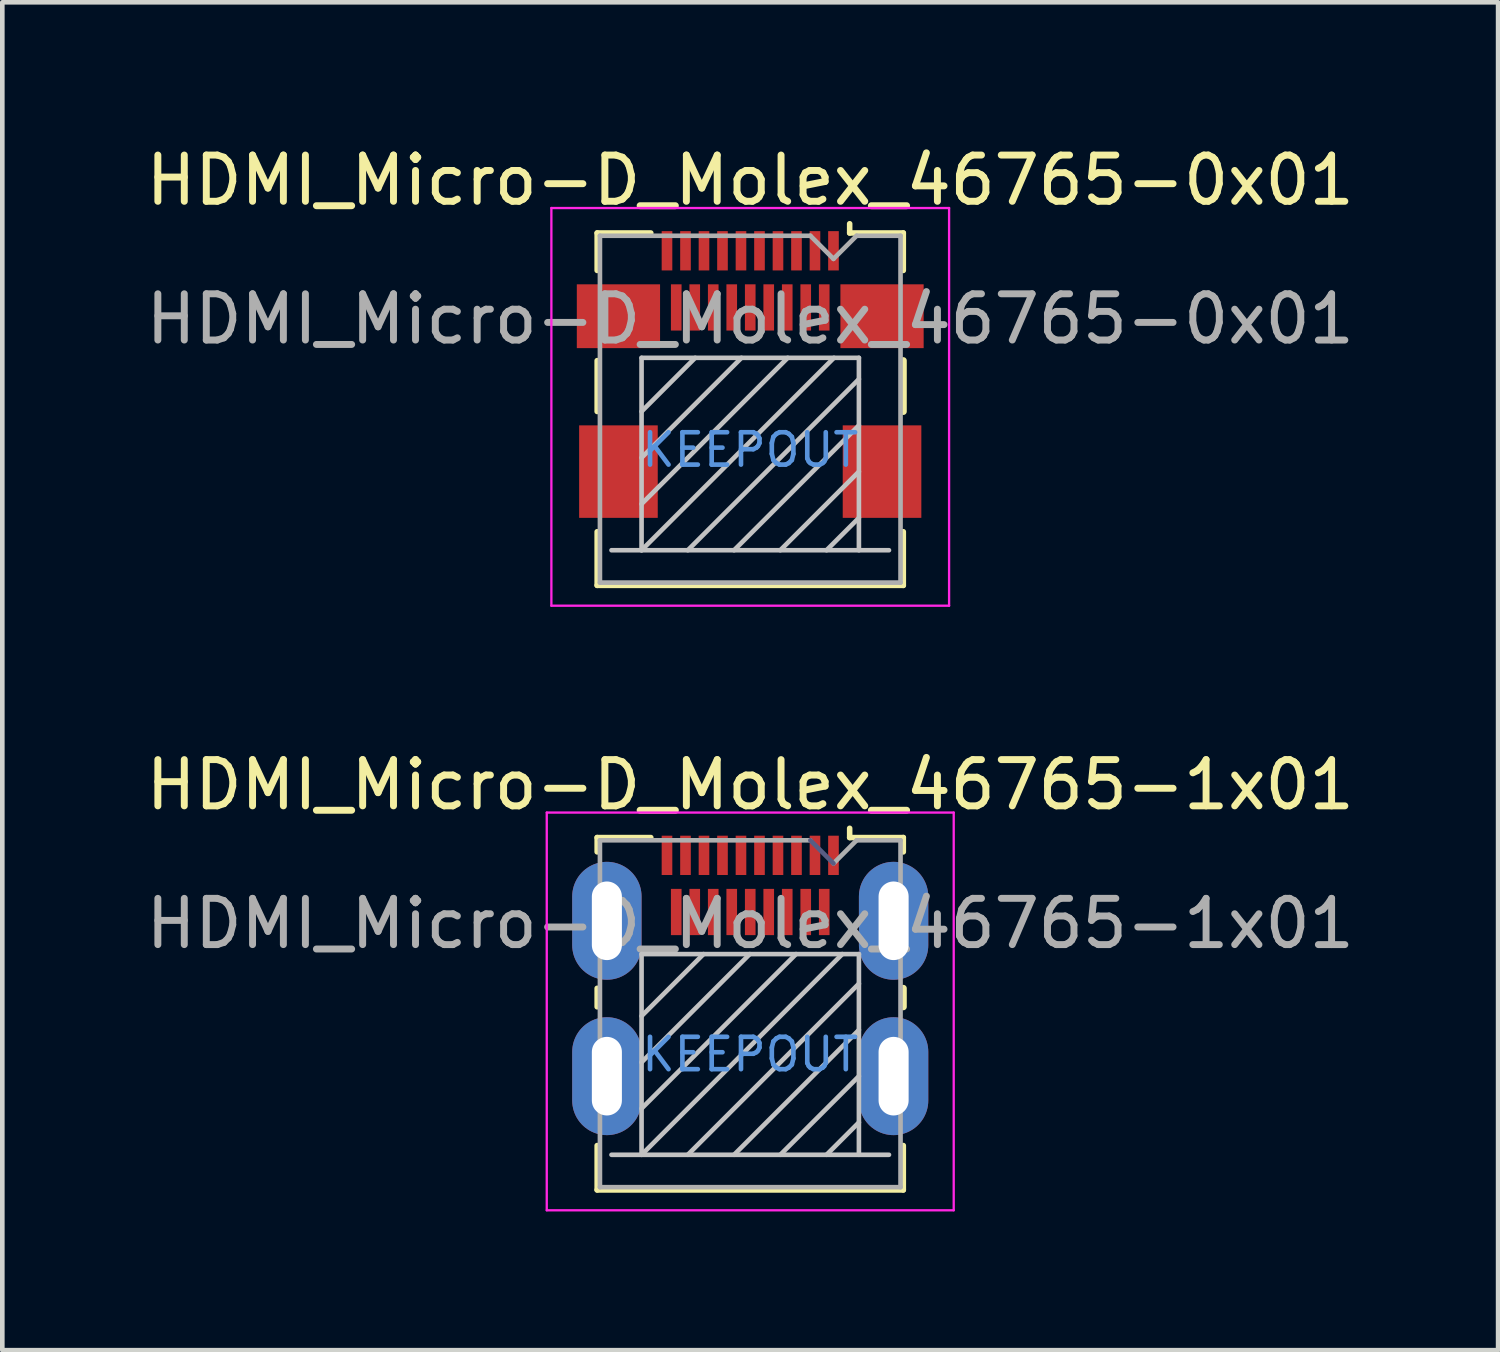
<source format=kicad_pcb>
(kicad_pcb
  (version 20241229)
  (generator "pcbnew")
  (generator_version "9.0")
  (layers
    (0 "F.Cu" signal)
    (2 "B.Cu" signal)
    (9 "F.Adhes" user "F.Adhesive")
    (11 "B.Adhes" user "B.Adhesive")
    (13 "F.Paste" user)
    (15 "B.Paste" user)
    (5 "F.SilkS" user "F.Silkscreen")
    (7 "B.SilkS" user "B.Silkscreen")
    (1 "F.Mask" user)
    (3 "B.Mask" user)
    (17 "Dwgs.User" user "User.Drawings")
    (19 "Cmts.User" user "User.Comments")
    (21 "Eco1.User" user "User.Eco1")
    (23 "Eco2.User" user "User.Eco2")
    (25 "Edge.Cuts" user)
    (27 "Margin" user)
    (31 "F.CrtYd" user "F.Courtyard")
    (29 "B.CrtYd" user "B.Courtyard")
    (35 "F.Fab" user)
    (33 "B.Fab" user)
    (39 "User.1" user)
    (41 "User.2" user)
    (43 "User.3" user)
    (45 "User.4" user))
  (footprint "HDMI_Micro-D_Molex_46765-0x01"
    (layer "F.Cu")
    (at 13.173 7.148)
    (property "Reference" "HDMI_Micro-D_Molex_46765-0x01" (at 0 -6.3 0) (layer "F.SilkS") (effects (font (size 1 1) (thickness 0.15))))
    (attr smd)
    (fp_line (start -3.31 -5.16) (end -2.15 -5.16) (stroke (width 0.12) (type solid)) (layer "F.SilkS"))
    (fp_line (start -3.31 -4.35) (end -3.31 -5.16) (stroke (width 0.12) (type solid)) (layer "F.SilkS"))
    (fp_line (start -3.31 -1.3) (end -3.31 -2.4) (stroke (width 0.12) (type solid)) (layer "F.SilkS"))
    (fp_line (start -3.31 2.46) (end -3.31 1.3) (stroke (width 0.12) (type solid)) (layer "F.SilkS"))
    (fp_line (start -3.31 2.46) (end 3.31 2.46) (stroke (width 0.12) (type solid)) (layer "F.SilkS"))
    (fp_line (start 2.15 -5.16) (end 2.15 -5.36) (stroke (width 0.12) (type solid)) (layer "F.SilkS"))
    (fp_line (start 2.15 -5.16) (end 3.31 -5.16) (stroke (width 0.12) (type solid)) (layer "F.SilkS"))
    (fp_line (start 3.31 -5.16) (end 3.31 -4.35) (stroke (width 0.12) (type solid)) (layer "F.SilkS"))
    (fp_line (start 3.31 -2.4) (end 3.31 -1.3) (stroke (width 0.15) (type solid)) (layer "F.SilkS"))
    (fp_line (start 3.31 1.3) (end 3.31 2.46) (stroke (width 0.12) (type solid)) (layer "F.SilkS"))
    (fp_line (start -3 1.7) (end 3 1.7) (stroke (width 0.1) (type solid)) (layer "Dwgs.User"))
    (fp_line (start -2.35 -2.46) (end 2.35 -2.46) (stroke (width 0.1) (type solid)) (layer "Dwgs.User"))
    (fp_line (start -2.35 -1.3) (end -1.19 -2.46) (stroke (width 0.1) (type solid)) (layer "Dwgs.User"))
    (fp_line (start -2.35 -0.3) (end -0.19 -2.46) (stroke (width 0.1) (type solid)) (layer "Dwgs.User"))
    (fp_line (start -2.35 0.7) (end 0.81 -2.46) (stroke (width 0.1) (type solid)) (layer "Dwgs.User"))
    (fp_line (start -2.35 1.7) (end -2.35 -2.46) (stroke (width 0.1) (type solid)) (layer "Dwgs.User"))
    (fp_line (start -2.35 1.7) (end 1.81 -2.46) (stroke (width 0.1) (type solid)) (layer "Dwgs.User"))
    (fp_line (start -1.35 1.7) (end 2.35 -2) (stroke (width 0.1) (type solid)) (layer "Dwgs.User"))
    (fp_line (start -0.35 1.7) (end 2.35 -1) (stroke (width 0.1) (type solid)) (layer "Dwgs.User"))
    (fp_line (start 0.65 1.7) (end 2.35 0) (stroke (width 0.1) (type solid)) (layer "Dwgs.User"))
    (fp_line (start 1.65 1.7) (end 2.35 1) (stroke (width 0.1) (type solid)) (layer "Dwgs.User"))
    (fp_line (start 2.35 -2.46) (end 2.35 1.7) (stroke (width 0.1) (type solid)) (layer "Dwgs.User"))
    (fp_line (start -4.3 -5.7) (end -4.3 2.9) (stroke (width 0.05) (type solid)) (layer "F.CrtYd"))
    (fp_line (start -4.3 2.9) (end 4.3 2.9) (stroke (width 0.05) (type solid)) (layer "F.CrtYd"))
    (fp_line (start 4.3 -5.7) (end -4.3 -5.7) (stroke (width 0.05) (type solid)) (layer "F.CrtYd"))
    (fp_line (start 4.3 2.9) (end 4.3 -5.7) (stroke (width 0.05) (type solid)) (layer "F.CrtYd"))
    (fp_line (start -3.25 -5.1) (end 1.3 -5.1) (stroke (width 0.1) (type solid)) (layer "F.Fab"))
    (fp_line (start -3.25 2.4) (end -3.25 -5.1) (stroke (width 0.1) (type solid)) (layer "F.Fab"))
    (fp_line (start 1.8 -4.6) (end 1.3 -5.1) (stroke (width 0.1) (type solid)) (layer "F.Fab"))
    (fp_line (start 1.8 -4.6) (end 2.3 -5.1) (stroke (width 0.1) (type solid)) (layer "F.Fab"))
    (fp_line (start 2.3 -5.1) (end 3.25 -5.1) (stroke (width 0.1) (type solid)) (layer "F.Fab"))
    (fp_line (start 3.25 -5.1) (end 3.25 2.4) (stroke (width 0.1) (type solid)) (layer "F.Fab"))
    (fp_line (start 3.25 2.4) (end -3.25 2.4) (stroke (width 0.1) (type solid)) (layer "F.Fab"))
    (fp_text user "KEEPOUT" (at 0 -0.47 0) (layer "Cmts.User") (effects (font (size 0.7 0.7) (thickness 0.1))))
    (fp_text user "${REFERENCE}" (at 0 -3.3 0) (layer "F.Fab") (effects (font (size 1 1) (thickness 0.15))))
    (pad "1" smd rect (at 1.8 -4.775) (size 0.23 0.85) (layers "F.Cu" "F.Mask" "F.Paste"))
    (pad "2" smd rect (at 1.6 -3.55) (size 0.23 1) (layers "F.Cu" "F.Mask" "F.Paste"))
    (pad "3" smd rect (at 1.4 -4.775) (size 0.23 0.85) (layers "F.Cu" "F.Mask" "F.Paste"))
    (pad "4" smd rect (at 1.2 -3.55) (size 0.23 1) (layers "F.Cu" "F.Mask" "F.Paste"))
    (pad "5" smd rect (at 1 -4.775) (size 0.23 0.85) (layers "F.Cu" "F.Mask" "F.Paste"))
    (pad "6" smd rect (at 0.8 -3.55) (size 0.23 1) (layers "F.Cu" "F.Mask" "F.Paste"))
    (pad "7" smd rect (at 0.6 -4.775) (size 0.23 0.85) (layers "F.Cu" "F.Mask" "F.Paste"))
    (pad "8" smd rect (at 0.4 -3.55) (size 0.23 1) (layers "F.Cu" "F.Mask" "F.Paste"))
    (pad "9" smd rect (at 0.2 -4.775) (size 0.23 0.85) (layers "F.Cu" "F.Mask" "F.Paste"))
    (pad "10" smd rect (at 0 -3.55) (size 0.23 1) (layers "F.Cu" "F.Mask" "F.Paste"))
    (pad "11" smd rect (at -0.2 -4.775) (size 0.23 0.85) (layers "F.Cu" "F.Mask" "F.Paste"))
    (pad "12" smd rect (at -0.4 -3.55) (size 0.23 1) (layers "F.Cu" "F.Mask" "F.Paste"))
    (pad "13" smd rect (at -0.6 -4.775) (size 0.23 0.85) (layers "F.Cu" "F.Mask" "F.Paste"))
    (pad "14" smd rect (at -0.8 -3.55) (size 0.23 1) (layers "F.Cu" "F.Mask" "F.Paste"))
    (pad "15" smd rect (at -1 -4.775) (size 0.23 0.85) (layers "F.Cu" "F.Mask" "F.Paste"))
    (pad "16" smd rect (at -1.2 -3.55) (size 0.23 1) (layers "F.Cu" "F.Mask" "F.Paste"))
    (pad "17" smd rect (at -1.4 -4.775) (size 0.23 0.85) (layers "F.Cu" "F.Mask" "F.Paste"))
    (pad "18" smd rect (at -1.6 -3.55) (size 0.23 1) (layers "F.Cu" "F.Mask" "F.Paste"))
    (pad "19" smd rect (at -1.8 -4.775) (size 0.23 0.85) (layers "F.Cu" "F.Mask" "F.Paste"))
    (pad "SH" smd rect (at -2.85 -3.36) (size 1.8 1.38) (layers "F.Cu" "F.Mask" "F.Paste"))
    (pad "SH" smd rect (at -2.85 0) (size 1.7 2) (layers "F.Cu" "F.Mask" "F.Paste"))
    (pad "SH" smd rect (at 2.85 -3.36) (size 1.8 1.38) (layers "F.Cu" "F.Mask" "F.Paste"))
    (pad "SH" smd rect (at 2.85 0) (size 1.7 2) (layers "F.Cu" "F.Mask" "F.Paste")))
  (footprint "HDMI_Micro-D_Molex_46765-1x01"
    (layer "F.Cu")
    (at 13.173 20.221)
    (property "Reference" "HDMI_Micro-D_Molex_46765-1x01" (at 0 -6.3 0) (layer "F.SilkS") (effects (font (size 1 1) (thickness 0.15))))
    (attr smd)
    (fp_line (start -3.31 -5.16) (end -2.15 -5.16) (stroke (width 0.12) (type solid)) (layer "F.SilkS"))
    (fp_line (start -3.31 -4.85) (end -3.31 -5.16) (stroke (width 0.12) (type solid)) (layer "F.SilkS"))
    (fp_line (start -3.31 -1.5) (end -3.31 -1.9) (stroke (width 0.12) (type solid)) (layer "F.SilkS"))
    (fp_line (start -3.31 2.46) (end -3.31 1.5) (stroke (width 0.12) (type solid)) (layer "F.SilkS"))
    (fp_line (start -3.31 2.46) (end 3.31 2.46) (stroke (width 0.12) (type solid)) (layer "F.SilkS"))
    (fp_line (start 2.15 -5.16) (end 2.15 -5.36) (stroke (width 0.12) (type solid)) (layer "F.SilkS"))
    (fp_line (start 2.15 -5.16) (end 3.31 -5.16) (stroke (width 0.12) (type solid)) (layer "F.SilkS"))
    (fp_line (start 3.31 -5.16) (end 3.31 -4.85) (stroke (width 0.12) (type solid)) (layer "F.SilkS"))
    (fp_line (start 3.31 -1.9) (end 3.31 -1.5) (stroke (width 0.15) (type solid)) (layer "F.SilkS"))
    (fp_line (start 3.31 1.5) (end 3.31 2.46) (stroke (width 0.12) (type solid)) (layer "F.SilkS"))
    (fp_line (start -3 1.7) (end 3 1.7) (stroke (width 0.1) (type solid)) (layer "Dwgs.User"))
    (fp_line (start -2.35 -2.64) (end 2.35 -2.64) (stroke (width 0.1) (type solid)) (layer "Dwgs.User"))
    (fp_line (start -2.35 -1.3) (end -1.01 -2.64) (stroke (width 0.1) (type solid)) (layer "Dwgs.User"))
    (fp_line (start -2.35 -0.3) (end -0.01 -2.64) (stroke (width 0.1) (type solid)) (layer "Dwgs.User"))
    (fp_line (start -2.35 0.7) (end 0.99 -2.64) (stroke (width 0.1) (type solid)) (layer "Dwgs.User"))
    (fp_line (start -2.35 1.7) (end -2.35 -2.64) (stroke (width 0.1) (type solid)) (layer "Dwgs.User"))
    (fp_line (start -2.35 1.7) (end 1.99 -2.64) (stroke (width 0.1) (type solid)) (layer "Dwgs.User"))
    (fp_line (start -1.35 1.7) (end 2.35 -2) (stroke (width 0.1) (type solid)) (layer "Dwgs.User"))
    (fp_line (start -0.35 1.7) (end 2.35 -1) (stroke (width 0.1) (type solid)) (layer "Dwgs.User"))
    (fp_line (start 0.65 1.7) (end 2.35 0) (stroke (width 0.1) (type solid)) (layer "Dwgs.User"))
    (fp_line (start 1.65 1.7) (end 2.35 1) (stroke (width 0.1) (type solid)) (layer "Dwgs.User"))
    (fp_line (start 2.35 -2.64) (end 2.35 1.7) (stroke (width 0.1) (type solid)) (layer "Dwgs.User"))
    (fp_line (start -4.4 -5.7) (end -4.4 2.9) (stroke (width 0.05) (type solid)) (layer "F.CrtYd"))
    (fp_line (start -4.4 2.9) (end 4.4 2.9) (stroke (width 0.05) (type solid)) (layer "F.CrtYd"))
    (fp_line (start 4.4 -5.7) (end -4.4 -5.7) (stroke (width 0.05) (type solid)) (layer "F.CrtYd"))
    (fp_line (start 4.4 2.9) (end 4.4 -5.7) (stroke (width 0.05) (type solid)) (layer "F.CrtYd"))
    (fp_line (start 1.8 -4.6) (end 1.3 -5.1) (stroke (width 0.1) (type solid)) (layer "B.Fab"))
    (fp_line (start -3.25 -5.1) (end 1.3 -5.1) (stroke (width 0.1) (type solid)) (layer "F.Fab"))
    (fp_line (start -3.25 2.4) (end -3.25 -5.1) (stroke (width 0.1) (type solid)) (layer "F.Fab"))
    (fp_line (start 1.8 -4.6) (end 2.3 -5.1) (stroke (width 0.1) (type solid)) (layer "F.Fab"))
    (fp_line (start 2.3 -5.1) (end 3.25 -5.1) (stroke (width 0.1) (type solid)) (layer "F.Fab"))
    (fp_line (start 3.25 -5.1) (end 3.25 2.4) (stroke (width 0.1) (type solid)) (layer "F.Fab"))
    (fp_line (start 3.25 2.4) (end -3.25 2.4) (stroke (width 0.1) (type solid)) (layer "F.Fab"))
    (fp_text user "KEEPOUT" (at 0 -0.47 0) (layer "Cmts.User") (effects (font (size 0.7 0.7) (thickness 0.1))))
    (fp_text user "${REFERENCE}" (at 0 -3.3 0) (layer "F.Fab") (effects (font (size 1 1) (thickness 0.15))))
    (pad "1" smd rect (at 1.8 -4.775) (size 0.23 0.85) (layers "F.Cu" "F.Mask" "F.Paste"))
    (pad "2" smd rect (at 1.6 -3.55) (size 0.23 1) (layers "F.Cu" "F.Mask" "F.Paste"))
    (pad "3" smd rect (at 1.4 -4.775) (size 0.23 0.85) (layers "F.Cu" "F.Mask" "F.Paste"))
    (pad "4" smd rect (at 1.2 -3.55) (size 0.23 1) (layers "F.Cu" "F.Mask" "F.Paste"))
    (pad "5" smd rect (at 1 -4.775) (size 0.23 0.85) (layers "F.Cu" "F.Mask" "F.Paste"))
    (pad "6" smd rect (at 0.8 -3.55) (size 0.23 1) (layers "F.Cu" "F.Mask" "F.Paste"))
    (pad "7" smd rect (at 0.6 -4.775) (size 0.23 0.85) (layers "F.Cu" "F.Mask" "F.Paste"))
    (pad "8" smd rect (at 0.4 -3.55) (size 0.23 1) (layers "F.Cu" "F.Mask" "F.Paste"))
    (pad "9" smd rect (at 0.2 -4.775) (size 0.23 0.85) (layers "F.Cu" "F.Mask" "F.Paste"))
    (pad "10" smd rect (at 0 -3.55) (size 0.23 1) (layers "F.Cu" "F.Mask" "F.Paste"))
    (pad "11" smd rect (at -0.2 -4.775) (size 0.23 0.85) (layers "F.Cu" "F.Mask" "F.Paste"))
    (pad "12" smd rect (at -0.4 -3.55) (size 0.23 1) (layers "F.Cu" "F.Mask" "F.Paste"))
    (pad "13" smd rect (at -0.6 -4.775) (size 0.23 0.85) (layers "F.Cu" "F.Mask" "F.Paste"))
    (pad "14" smd rect (at -0.8 -3.55) (size 0.23 1) (layers "F.Cu" "F.Mask" "F.Paste"))
    (pad "15" smd rect (at -1 -4.775) (size 0.23 0.85) (layers "F.Cu" "F.Mask" "F.Paste"))
    (pad "16" smd rect (at -1.2 -3.55) (size 0.23 1) (layers "F.Cu" "F.Mask" "F.Paste"))
    (pad "17" smd rect (at -1.4 -4.775) (size 0.23 0.85) (layers "F.Cu" "F.Mask" "F.Paste"))
    (pad "18" smd rect (at -1.6 -3.55) (size 0.23 1) (layers "F.Cu" "F.Mask" "F.Paste"))
    (pad "19" smd rect (at -1.8 -4.775) (size 0.23 0.85) (layers "F.Cu" "F.Mask" "F.Paste"))
    (pad "SH" thru_hole oval (at -3.1 -3.36) (size 1.5 2.55) (drill oval 0.65 1.7) (layers "*.Cu" "*.Mask"))
    (pad "SH" thru_hole oval (at -3.1 0) (size 1.5 2.55) (drill oval 0.65 1.7) (layers "*.Cu" "*.Mask"))
    (pad "SH" thru_hole oval (at 3.1 -3.36) (size 1.5 2.55) (drill oval 0.65 1.7) (layers "*.Cu" "*.Mask"))
    (pad "SH" thru_hole oval (at 3.1 0) (size 1.5 2.55) (drill oval 0.65 1.7) (layers "*.Cu" "*.Mask")))
  (gr_rect
    (start -3 -3)
    (end 29.345 26.146)
    (stroke (width 0.1) (type default))
    (fill no)
    (layer "Edge.Cuts")))
</source>
